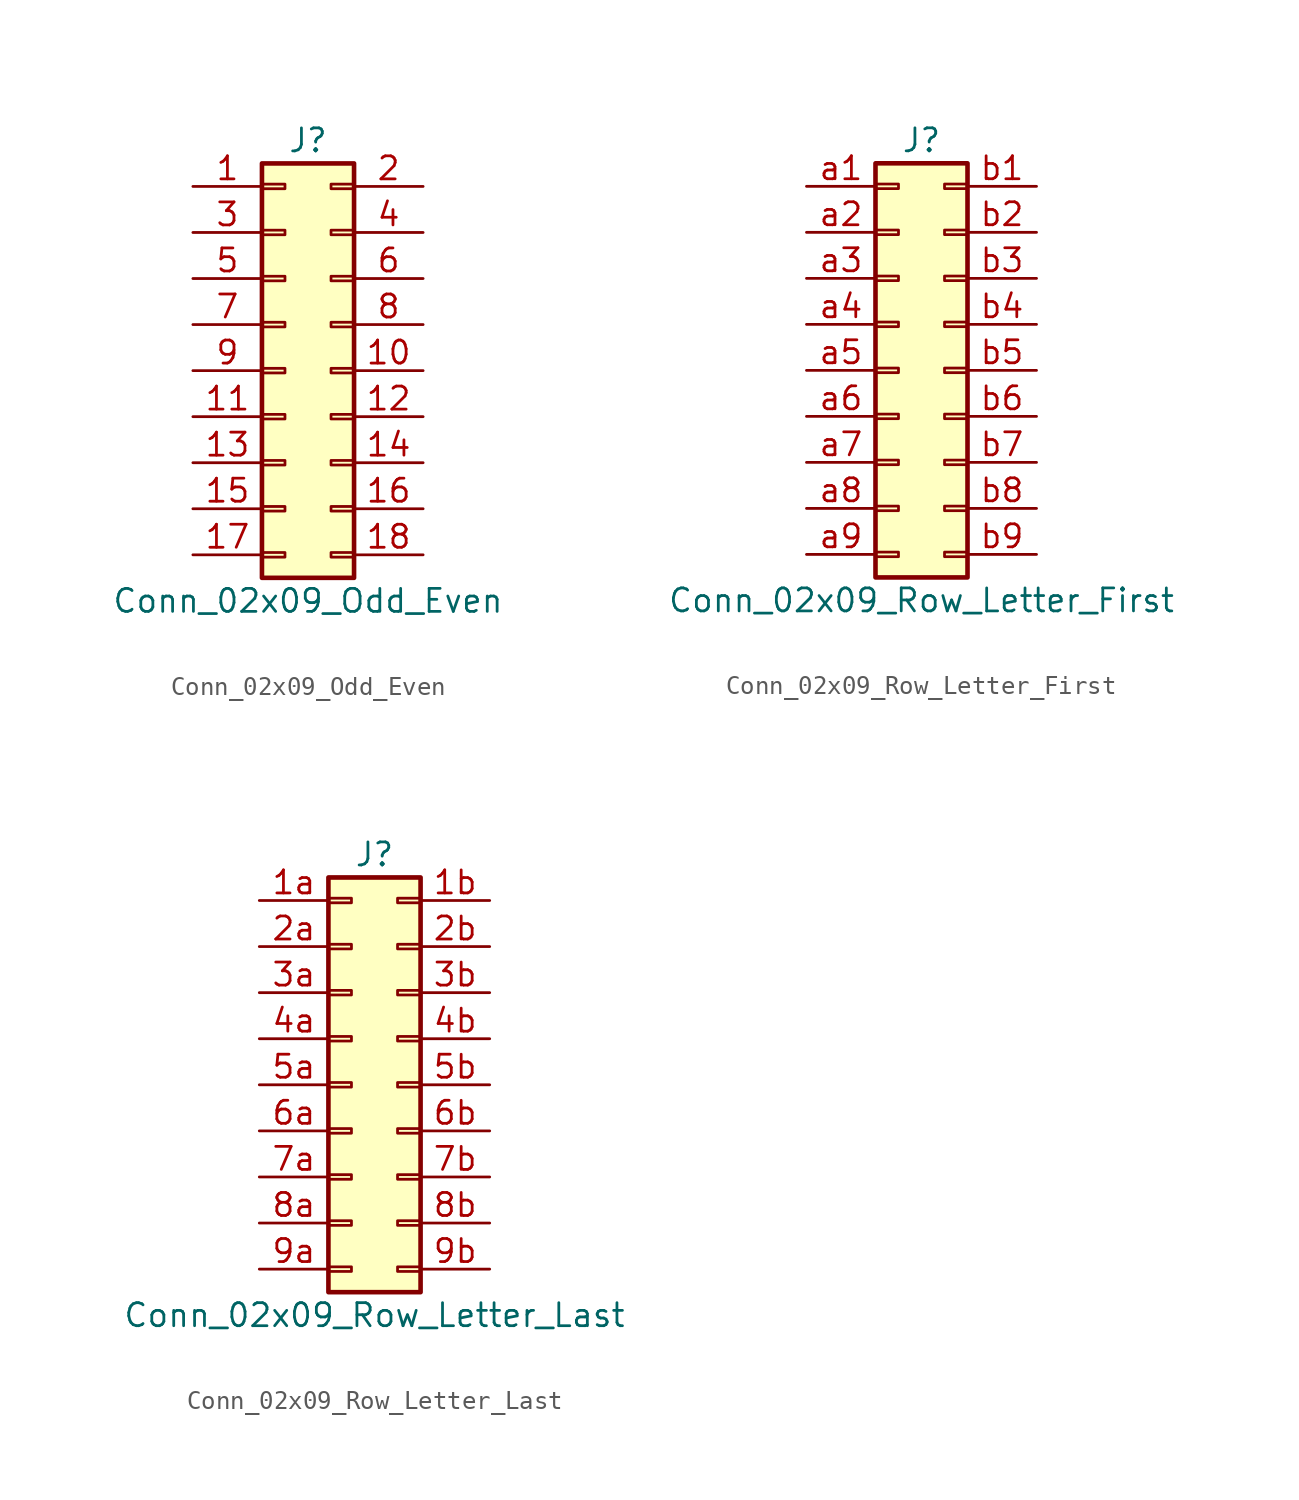
<source format=kicad_sym>
(kicad_symbol_lib
  (version 20211014)
  (generator kicad_symbol_editor)
  (symbol "Conn_02x09_Odd_Even"
    (pin_names
      (offset 1.016) hide)
    (property "Reference" "J"
      (at 1.27 12.7 0)
      (effects (font (size 1.27 1.27))))
    (property "Value" "Conn_02x09_Odd_Even"
      (at 1.27 -12.7 0)
      (effects (font (size 1.27 1.27))))
    (symbol "Conn_02x09_Odd_Even_1_1"
      (rectangle (start -1.27 -10.033) (end 0 -10.287) (stroke (width 0.152) (type default) (color 0 0 0 0)) (fill (type none)))
      (rectangle (start -1.27 -7.493) (end 0 -7.747) (stroke (width 0.152) (type default) (color 0 0 0 0)) (fill (type none)))
      (rectangle (start -1.27 -4.953) (end 0 -5.207) (stroke (width 0.152) (type default) (color 0 0 0 0)) (fill (type none)))
      (rectangle (start -1.27 -2.413) (end 0 -2.667) (stroke (width 0.152) (type default) (color 0 0 0 0)) (fill (type none)))
      (rectangle (start -1.27 0.127) (end 0 -0.127) (stroke (width 0.152) (type default) (color 0 0 0 0)) (fill (type none)))
      (rectangle (start -1.27 2.667) (end 0 2.413) (stroke (width 0.152) (type default) (color 0 0 0 0)) (fill (type none)))
      (rectangle (start -1.27 5.207) (end 0 4.953) (stroke (width 0.152) (type default) (color 0 0 0 0)) (fill (type none)))
      (rectangle (start -1.27 7.747) (end 0 7.493) (stroke (width 0.152) (type default) (color 0 0 0 0)) (fill (type none)))
      (rectangle (start -1.27 10.287) (end 0 10.033) (stroke (width 0.152) (type default) (color 0 0 0 0)) (fill (type none)))
      (rectangle (start -1.27 11.43) (end 3.81 -11.43) (stroke (width 0.254) (type default) (color 0 0 0 0)) (fill (type background)))
      (rectangle (start 3.81 -10.033) (end 2.54 -10.287) (stroke (width 0.152) (type default) (color 0 0 0 0)) (fill (type none)))
      (rectangle (start 3.81 -7.493) (end 2.54 -7.747) (stroke (width 0.152) (type default) (color 0 0 0 0)) (fill (type none)))
      (rectangle (start 3.81 -4.953) (end 2.54 -5.207) (stroke (width 0.152) (type default) (color 0 0 0 0)) (fill (type none)))
      (rectangle (start 3.81 -2.413) (end 2.54 -2.667) (stroke (width 0.152) (type default) (color 0 0 0 0)) (fill (type none)))
      (rectangle (start 3.81 0.127) (end 2.54 -0.127) (stroke (width 0.152) (type default) (color 0 0 0 0)) (fill (type none)))
      (rectangle (start 3.81 2.667) (end 2.54 2.413) (stroke (width 0.152) (type default) (color 0 0 0 0)) (fill (type none)))
      (rectangle (start 3.81 5.207) (end 2.54 4.953) (stroke (width 0.152) (type default) (color 0 0 0 0)) (fill (type none)))
      (rectangle (start 3.81 7.747) (end 2.54 7.493) (stroke (width 0.152) (type default) (color 0 0 0 0)) (fill (type none)))
      (rectangle (start 3.81 10.287) (end 2.54 10.033) (stroke (width 0.152) (type default) (color 0 0 0 0)) (fill (type none)))
      (pin passive line (at -5.08 10.16 0) (length 3.81) (name "Pin_1" (effects (font (size 1.27 1.27)))) (number "1" (effects (font (size 1.27 1.27)))))
      (pin passive line (at 7.62 0 180) (length 3.81) (name "Pin_10" (effects (font (size 1.27 1.27)))) (number "10" (effects (font (size 1.27 1.27)))))
      (pin passive line (at -5.08 -2.54 0) (length 3.81) (name "Pin_11" (effects (font (size 1.27 1.27)))) (number "11" (effects (font (size 1.27 1.27)))))
      (pin passive line (at 7.62 -2.54 180) (length 3.81) (name "Pin_12" (effects (font (size 1.27 1.27)))) (number "12" (effects (font (size 1.27 1.27)))))
      (pin passive line (at -5.08 -5.08 0) (length 3.81) (name "Pin_13" (effects (font (size 1.27 1.27)))) (number "13" (effects (font (size 1.27 1.27)))))
      (pin passive line (at 7.62 -5.08 180) (length 3.81) (name "Pin_14" (effects (font (size 1.27 1.27)))) (number "14" (effects (font (size 1.27 1.27)))))
      (pin passive line (at -5.08 -7.62 0) (length 3.81) (name "Pin_15" (effects (font (size 1.27 1.27)))) (number "15" (effects (font (size 1.27 1.27)))))
      (pin passive line (at 7.62 -7.62 180) (length 3.81) (name "Pin_16" (effects (font (size 1.27 1.27)))) (number "16" (effects (font (size 1.27 1.27)))))
      (pin passive line (at -5.08 -10.16 0) (length 3.81) (name "Pin_17" (effects (font (size 1.27 1.27)))) (number "17" (effects (font (size 1.27 1.27)))))
      (pin passive line (at 7.62 -10.16 180) (length 3.81) (name "Pin_18" (effects (font (size 1.27 1.27)))) (number "18" (effects (font (size 1.27 1.27)))))
      (pin passive line (at 7.62 10.16 180) (length 3.81) (name "Pin_2" (effects (font (size 1.27 1.27)))) (number "2" (effects (font (size 1.27 1.27)))))
      (pin passive line (at -5.08 7.62 0) (length 3.81) (name "Pin_3" (effects (font (size 1.27 1.27)))) (number "3" (effects (font (size 1.27 1.27)))))
      (pin passive line (at 7.62 7.62 180) (length 3.81) (name "Pin_4" (effects (font (size 1.27 1.27)))) (number "4" (effects (font (size 1.27 1.27)))))
      (pin passive line (at -5.08 5.08 0) (length 3.81) (name "Pin_5" (effects (font (size 1.27 1.27)))) (number "5" (effects (font (size 1.27 1.27)))))
      (pin passive line (at 7.62 5.08 180) (length 3.81) (name "Pin_6" (effects (font (size 1.27 1.27)))) (number "6" (effects (font (size 1.27 1.27)))))
      (pin passive line (at -5.08 2.54 0) (length 3.81) (name "Pin_7" (effects (font (size 1.27 1.27)))) (number "7" (effects (font (size 1.27 1.27)))))
      (pin passive line (at 7.62 2.54 180) (length 3.81) (name "Pin_8" (effects (font (size 1.27 1.27)))) (number "8" (effects (font (size 1.27 1.27)))))
      (pin passive line (at -5.08 0 0) (length 3.81) (name "Pin_9" (effects (font (size 1.27 1.27)))) (number "9" (effects (font (size 1.27 1.27)))))))
  (symbol "Conn_02x09_Row_Letter_First"
    (pin_names
      (offset 1.016) hide)
    (property "Reference" "J"
      (at 1.27 12.7 0)
      (effects (font (size 1.27 1.27))))
    (property "Value" "Conn_02x09_Row_Letter_First"
      (at 1.27 -12.7 0)
      (effects (font (size 1.27 1.27))))
    (symbol "Conn_02x09_Row_Letter_First_1_1"
      (rectangle (start -1.27 -10.033) (end 0 -10.287) (stroke (width 0.152) (type default) (color 0 0 0 0)) (fill (type none)))
      (rectangle (start -1.27 -7.493) (end 0 -7.747) (stroke (width 0.152) (type default) (color 0 0 0 0)) (fill (type none)))
      (rectangle (start -1.27 -4.953) (end 0 -5.207) (stroke (width 0.152) (type default) (color 0 0 0 0)) (fill (type none)))
      (rectangle (start -1.27 -2.413) (end 0 -2.667) (stroke (width 0.152) (type default) (color 0 0 0 0)) (fill (type none)))
      (rectangle (start -1.27 0.127) (end 0 -0.127) (stroke (width 0.152) (type default) (color 0 0 0 0)) (fill (type none)))
      (rectangle (start -1.27 2.667) (end 0 2.413) (stroke (width 0.152) (type default) (color 0 0 0 0)) (fill (type none)))
      (rectangle (start -1.27 5.207) (end 0 4.953) (stroke (width 0.152) (type default) (color 0 0 0 0)) (fill (type none)))
      (rectangle (start -1.27 7.747) (end 0 7.493) (stroke (width 0.152) (type default) (color 0 0 0 0)) (fill (type none)))
      (rectangle (start -1.27 10.287) (end 0 10.033) (stroke (width 0.152) (type default) (color 0 0 0 0)) (fill (type none)))
      (rectangle (start -1.27 11.43) (end 3.81 -11.43) (stroke (width 0.254) (type default) (color 0 0 0 0)) (fill (type background)))
      (rectangle (start 3.81 -10.033) (end 2.54 -10.287) (stroke (width 0.152) (type default) (color 0 0 0 0)) (fill (type none)))
      (rectangle (start 3.81 -7.493) (end 2.54 -7.747) (stroke (width 0.152) (type default) (color 0 0 0 0)) (fill (type none)))
      (rectangle (start 3.81 -4.953) (end 2.54 -5.207) (stroke (width 0.152) (type default) (color 0 0 0 0)) (fill (type none)))
      (rectangle (start 3.81 -2.413) (end 2.54 -2.667) (stroke (width 0.152) (type default) (color 0 0 0 0)) (fill (type none)))
      (rectangle (start 3.81 0.127) (end 2.54 -0.127) (stroke (width 0.152) (type default) (color 0 0 0 0)) (fill (type none)))
      (rectangle (start 3.81 2.667) (end 2.54 2.413) (stroke (width 0.152) (type default) (color 0 0 0 0)) (fill (type none)))
      (rectangle (start 3.81 5.207) (end 2.54 4.953) (stroke (width 0.152) (type default) (color 0 0 0 0)) (fill (type none)))
      (rectangle (start 3.81 7.747) (end 2.54 7.493) (stroke (width 0.152) (type default) (color 0 0 0 0)) (fill (type none)))
      (rectangle (start 3.81 10.287) (end 2.54 10.033) (stroke (width 0.152) (type default) (color 0 0 0 0)) (fill (type none)))
      (pin passive line (at -5.08 10.16 0) (length 3.81) (name "Pin_a1" (effects (font (size 1.27 1.27)))) (number "a1" (effects (font (size 1.27 1.27)))))
      (pin passive line (at -5.08 7.62 0) (length 3.81) (name "Pin_a2" (effects (font (size 1.27 1.27)))) (number "a2" (effects (font (size 1.27 1.27)))))
      (pin passive line (at -5.08 5.08 0) (length 3.81) (name "Pin_a3" (effects (font (size 1.27 1.27)))) (number "a3" (effects (font (size 1.27 1.27)))))
      (pin passive line (at -5.08 2.54 0) (length 3.81) (name "Pin_a4" (effects (font (size 1.27 1.27)))) (number "a4" (effects (font (size 1.27 1.27)))))
      (pin passive line (at -5.08 0 0) (length 3.81) (name "Pin_a5" (effects (font (size 1.27 1.27)))) (number "a5" (effects (font (size 1.27 1.27)))))
      (pin passive line (at -5.08 -2.54 0) (length 3.81) (name "Pin_a6" (effects (font (size 1.27 1.27)))) (number "a6" (effects (font (size 1.27 1.27)))))
      (pin passive line (at -5.08 -5.08 0) (length 3.81) (name "Pin_a7" (effects (font (size 1.27 1.27)))) (number "a7" (effects (font (size 1.27 1.27)))))
      (pin passive line (at -5.08 -7.62 0) (length 3.81) (name "Pin_a8" (effects (font (size 1.27 1.27)))) (number "a8" (effects (font (size 1.27 1.27)))))
      (pin passive line (at -5.08 -10.16 0) (length 3.81) (name "Pin_a9" (effects (font (size 1.27 1.27)))) (number "a9" (effects (font (size 1.27 1.27)))))
      (pin passive line (at 7.62 10.16 180) (length 3.81) (name "Pin_b1" (effects (font (size 1.27 1.27)))) (number "b1" (effects (font (size 1.27 1.27)))))
      (pin passive line (at 7.62 7.62 180) (length 3.81) (name "Pin_b2" (effects (font (size 1.27 1.27)))) (number "b2" (effects (font (size 1.27 1.27)))))
      (pin passive line (at 7.62 5.08 180) (length 3.81) (name "Pin_b3" (effects (font (size 1.27 1.27)))) (number "b3" (effects (font (size 1.27 1.27)))))
      (pin passive line (at 7.62 2.54 180) (length 3.81) (name "Pin_b4" (effects (font (size 1.27 1.27)))) (number "b4" (effects (font (size 1.27 1.27)))))
      (pin passive line (at 7.62 0 180) (length 3.81) (name "Pin_b5" (effects (font (size 1.27 1.27)))) (number "b5" (effects (font (size 1.27 1.27)))))
      (pin passive line (at 7.62 -2.54 180) (length 3.81) (name "Pin_b6" (effects (font (size 1.27 1.27)))) (number "b6" (effects (font (size 1.27 1.27)))))
      (pin passive line (at 7.62 -5.08 180) (length 3.81) (name "Pin_b7" (effects (font (size 1.27 1.27)))) (number "b7" (effects (font (size 1.27 1.27)))))
      (pin passive line (at 7.62 -7.62 180) (length 3.81) (name "Pin_b8" (effects (font (size 1.27 1.27)))) (number "b8" (effects (font (size 1.27 1.27)))))
      (pin passive line (at 7.62 -10.16 180) (length 3.81) (name "Pin_b9" (effects (font (size 1.27 1.27)))) (number "b9" (effects (font (size 1.27 1.27)))))))
  (symbol "Conn_02x09_Row_Letter_Last"
    (pin_names
      (offset 1.016) hide)
    (property "Reference" "J"
      (at 1.27 12.7 0)
      (effects (font (size 1.27 1.27))))
    (property "Value" "Conn_02x09_Row_Letter_Last"
      (at 1.27 -12.7 0)
      (effects (font (size 1.27 1.27))))
    (symbol "Conn_02x09_Row_Letter_Last_1_1"
      (rectangle (start -1.27 -10.033) (end 0 -10.287) (stroke (width 0.152) (type default) (color 0 0 0 0)) (fill (type none)))
      (rectangle (start -1.27 -7.493) (end 0 -7.747) (stroke (width 0.152) (type default) (color 0 0 0 0)) (fill (type none)))
      (rectangle (start -1.27 -4.953) (end 0 -5.207) (stroke (width 0.152) (type default) (color 0 0 0 0)) (fill (type none)))
      (rectangle (start -1.27 -2.413) (end 0 -2.667) (stroke (width 0.152) (type default) (color 0 0 0 0)) (fill (type none)))
      (rectangle (start -1.27 0.127) (end 0 -0.127) (stroke (width 0.152) (type default) (color 0 0 0 0)) (fill (type none)))
      (rectangle (start -1.27 2.667) (end 0 2.413) (stroke (width 0.152) (type default) (color 0 0 0 0)) (fill (type none)))
      (rectangle (start -1.27 5.207) (end 0 4.953) (stroke (width 0.152) (type default) (color 0 0 0 0)) (fill (type none)))
      (rectangle (start -1.27 7.747) (end 0 7.493) (stroke (width 0.152) (type default) (color 0 0 0 0)) (fill (type none)))
      (rectangle (start -1.27 10.287) (end 0 10.033) (stroke (width 0.152) (type default) (color 0 0 0 0)) (fill (type none)))
      (rectangle (start -1.27 11.43) (end 3.81 -11.43) (stroke (width 0.254) (type default) (color 0 0 0 0)) (fill (type background)))
      (rectangle (start 3.81 -10.033) (end 2.54 -10.287) (stroke (width 0.152) (type default) (color 0 0 0 0)) (fill (type none)))
      (rectangle (start 3.81 -7.493) (end 2.54 -7.747) (stroke (width 0.152) (type default) (color 0 0 0 0)) (fill (type none)))
      (rectangle (start 3.81 -4.953) (end 2.54 -5.207) (stroke (width 0.152) (type default) (color 0 0 0 0)) (fill (type none)))
      (rectangle (start 3.81 -2.413) (end 2.54 -2.667) (stroke (width 0.152) (type default) (color 0 0 0 0)) (fill (type none)))
      (rectangle (start 3.81 0.127) (end 2.54 -0.127) (stroke (width 0.152) (type default) (color 0 0 0 0)) (fill (type none)))
      (rectangle (start 3.81 2.667) (end 2.54 2.413) (stroke (width 0.152) (type default) (color 0 0 0 0)) (fill (type none)))
      (rectangle (start 3.81 5.207) (end 2.54 4.953) (stroke (width 0.152) (type default) (color 0 0 0 0)) (fill (type none)))
      (rectangle (start 3.81 7.747) (end 2.54 7.493) (stroke (width 0.152) (type default) (color 0 0 0 0)) (fill (type none)))
      (rectangle (start 3.81 10.287) (end 2.54 10.033) (stroke (width 0.152) (type default) (color 0 0 0 0)) (fill (type none)))
      (pin passive line (at -5.08 10.16 0) (length 3.81) (name "Pin_1a" (effects (font (size 1.27 1.27)))) (number "1a" (effects (font (size 1.27 1.27)))))
      (pin passive line (at 7.62 10.16 180) (length 3.81) (name "Pin_1b" (effects (font (size 1.27 1.27)))) (number "1b" (effects (font (size 1.27 1.27)))))
      (pin passive line (at -5.08 7.62 0) (length 3.81) (name "Pin_2a" (effects (font (size 1.27 1.27)))) (number "2a" (effects (font (size 1.27 1.27)))))
      (pin passive line (at 7.62 7.62 180) (length 3.81) (name "Pin_2b" (effects (font (size 1.27 1.27)))) (number "2b" (effects (font (size 1.27 1.27)))))
      (pin passive line (at -5.08 5.08 0) (length 3.81) (name "Pin_3a" (effects (font (size 1.27 1.27)))) (number "3a" (effects (font (size 1.27 1.27)))))
      (pin passive line (at 7.62 5.08 180) (length 3.81) (name "Pin_3b" (effects (font (size 1.27 1.27)))) (number "3b" (effects (font (size 1.27 1.27)))))
      (pin passive line (at -5.08 2.54 0) (length 3.81) (name "Pin_4a" (effects (font (size 1.27 1.27)))) (number "4a" (effects (font (size 1.27 1.27)))))
      (pin passive line (at 7.62 2.54 180) (length 3.81) (name "Pin_4b" (effects (font (size 1.27 1.27)))) (number "4b" (effects (font (size 1.27 1.27)))))
      (pin passive line (at -5.08 0 0) (length 3.81) (name "Pin_5a" (effects (font (size 1.27 1.27)))) (number "5a" (effects (font (size 1.27 1.27)))))
      (pin passive line (at 7.62 0 180) (length 3.81) (name "Pin_5b" (effects (font (size 1.27 1.27)))) (number "5b" (effects (font (size 1.27 1.27)))))
      (pin passive line (at -5.08 -2.54 0) (length 3.81) (name "Pin_6a" (effects (font (size 1.27 1.27)))) (number "6a" (effects (font (size 1.27 1.27)))))
      (pin passive line (at 7.62 -2.54 180) (length 3.81) (name "Pin_6b" (effects (font (size 1.27 1.27)))) (number "6b" (effects (font (size 1.27 1.27)))))
      (pin passive line (at -5.08 -5.08 0) (length 3.81) (name "Pin_7a" (effects (font (size 1.27 1.27)))) (number "7a" (effects (font (size 1.27 1.27)))))
      (pin passive line (at 7.62 -5.08 180) (length 3.81) (name "Pin_7b" (effects (font (size 1.27 1.27)))) (number "7b" (effects (font (size 1.27 1.27)))))
      (pin passive line (at -5.08 -7.62 0) (length 3.81) (name "Pin_8a" (effects (font (size 1.27 1.27)))) (number "8a" (effects (font (size 1.27 1.27)))))
      (pin passive line (at 7.62 -7.62 180) (length 3.81) (name "Pin_8b" (effects (font (size 1.27 1.27)))) (number "8b" (effects (font (size 1.27 1.27)))))
      (pin passive line (at -5.08 -10.16 0) (length 3.81) (name "Pin_9a" (effects (font (size 1.27 1.27)))) (number "9a" (effects (font (size 1.27 1.27)))))
      (pin passive line (at 7.62 -10.16 180) (length 3.81) (name "Pin_9b" (effects (font (size 1.27 1.27)))) (number "9b" (effects (font (size 1.27 1.27))))))))
</source>
